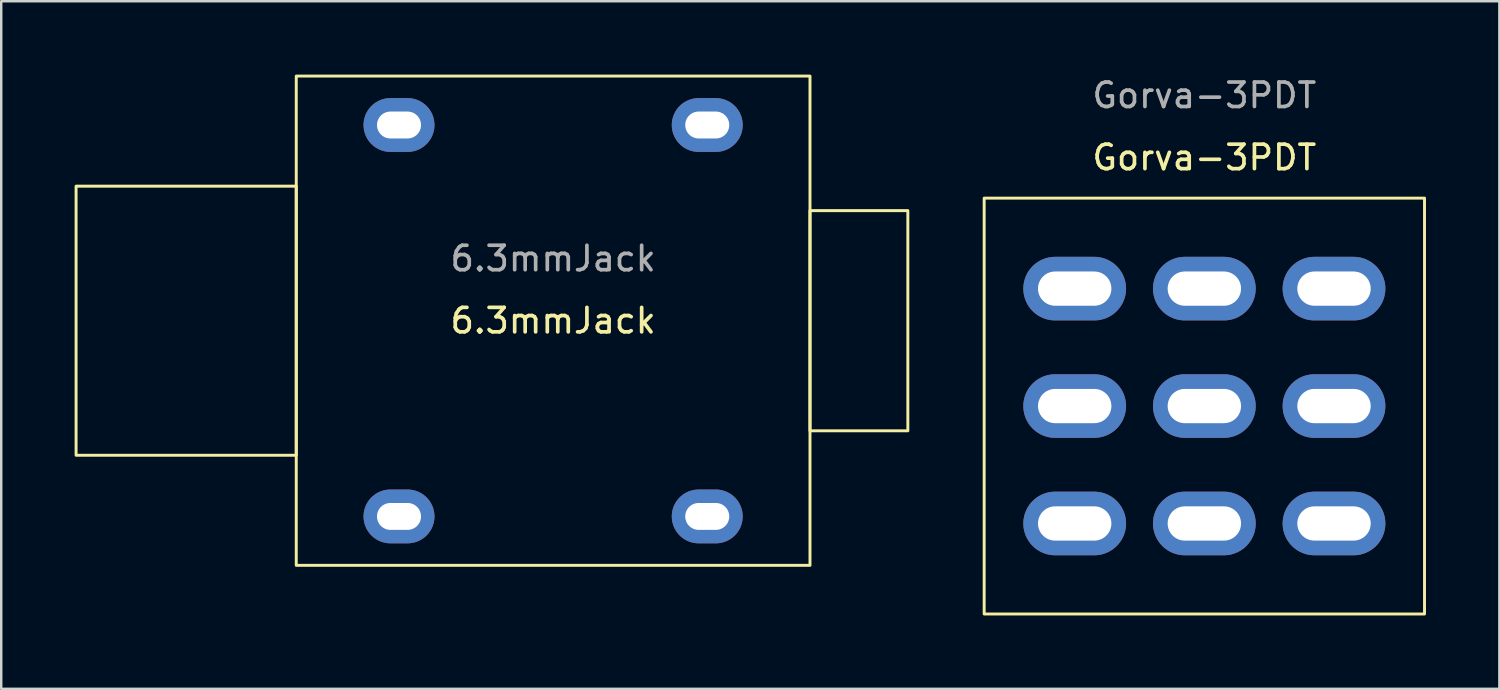
<source format=kicad_pcb>
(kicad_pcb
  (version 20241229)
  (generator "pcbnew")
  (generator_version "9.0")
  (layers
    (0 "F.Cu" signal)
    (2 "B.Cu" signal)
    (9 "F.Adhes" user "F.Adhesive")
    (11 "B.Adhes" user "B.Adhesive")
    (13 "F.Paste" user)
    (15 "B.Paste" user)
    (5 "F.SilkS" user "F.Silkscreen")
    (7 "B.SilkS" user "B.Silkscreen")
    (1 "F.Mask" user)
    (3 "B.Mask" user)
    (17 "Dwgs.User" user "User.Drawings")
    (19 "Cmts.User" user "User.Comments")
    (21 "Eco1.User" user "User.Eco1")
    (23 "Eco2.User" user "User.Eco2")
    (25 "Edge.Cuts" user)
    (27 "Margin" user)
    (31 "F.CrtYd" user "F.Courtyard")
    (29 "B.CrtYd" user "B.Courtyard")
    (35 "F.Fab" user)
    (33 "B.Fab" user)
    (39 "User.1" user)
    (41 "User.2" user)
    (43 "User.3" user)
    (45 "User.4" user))
  (footprint "Gorva-3PDT"
    (layer "F.Cu")
    (at 46.18 13.548)
    (property "Reference" "Gorva-3PDT" (at 0 -10.16 0) (unlocked yes) (layer "F.SilkS") (effects (font (size 1 1) (thickness 0.15))))
    (attr through_hole)
    (fp_rect (start -9 -8.5) (end 9 8.5) (stroke (width 0.12) (type solid)) (fill no) (layer "F.SilkS"))
    (fp_text user "${REFERENCE}" (at 0 -12.7 0) (unlocked yes) (layer "F.Fab") (effects (font (size 1 1) (thickness 0.15))))
    (pad "1" thru_hole oval (at -5.3 4.8) (size 4.2 2.6) (drill oval 3 1.4) (layers "*.Cu" "*.Mask"))
    (pad "2" thru_hole oval (at -5.3 0) (size 4.2 2.6) (drill oval 3 1.4) (layers "*.Cu" "*.Mask"))
    (pad "3" thru_hole oval (at -5.3 -4.8) (size 4.2 2.6) (drill oval 3 1.4) (layers "*.Cu" "*.Mask"))
    (pad "4" thru_hole oval (at 0 4.8) (size 4.2 2.6) (drill oval 3 1.4) (layers "*.Cu" "*.Mask"))
    (pad "5" thru_hole oval (at 0 0) (size 4.2 2.6) (drill oval 3 1.4) (layers "*.Cu" "*.Mask"))
    (pad "6" thru_hole oval (at 0 -4.8) (size 4.2 2.6) (drill oval 3 1.4) (layers "*.Cu" "*.Mask"))
    (pad "7" thru_hole oval (at 5.3 4.8) (size 4.2 2.6) (drill oval 3 1.4) (layers "*.Cu" "*.Mask"))
    (pad "8" thru_hole oval (at 5.3 0) (size 4.2 2.6) (drill oval 3 1.4) (layers "*.Cu" "*.Mask"))
    (pad "9" thru_hole oval (at 5.3 -4.8) (size 4.2 2.6) (drill oval 3 1.4) (layers "*.Cu" "*.Mask")))
  (footprint "6.3mmJack"
    (layer "F.Cu")
    (at 19.56 10.06)
    (property "Reference" "6.3mmJack" (at 0 0 0) (unlocked yes) (layer "F.SilkS") (effects (font (size 1 1) (thickness 0.15))))
    (attr through_hole)
    (fp_rect (start -10.5 -10) (end 10.5 10) (stroke (width 0.12) (type solid)) (fill no) (layer "F.SilkS"))
    (fp_rect (start -10.5 -5.5) (end -19.5 5.5) (stroke (width 0.12) (type solid)) (fill no) (layer "F.SilkS"))
    (fp_rect (start 10.5 -4.5) (end 14.5 4.5) (stroke (width 0.12) (type solid)) (fill no) (layer "F.SilkS"))
    (fp_text user "${REFERENCE}" (at 0 -2.54 0) (unlocked yes) (layer "F.Fab") (effects (font (size 1 1) (thickness 0.15))))
    (pad "S" thru_hole oval (at -6.3 8) (size 2.9 2.2) (drill oval 1.8 1.1) (layers "*.Cu" "*.Mask"))
    (pad "SN" thru_hole oval (at -6.3 -8) (size 2.9 2.2) (drill oval 1.8 1.1) (layers "*.Cu" "*.Mask"))
    (pad "T" thru_hole oval (at 6.3 8) (size 2.9 2.2) (drill oval 1.8 1.1) (layers "*.Cu" "*.Mask"))
    (pad "TN" thru_hole oval (at 6.3 -8) (size 2.9 2.2) (drill oval 1.8 1.1) (layers "*.Cu" "*.Mask")))
  (gr_rect
    (start -3 -3)
    (end 58.24 25.108)
    (stroke (width 0.1) (type default))
    (fill no)
    (layer "Edge.Cuts")))
</source>
